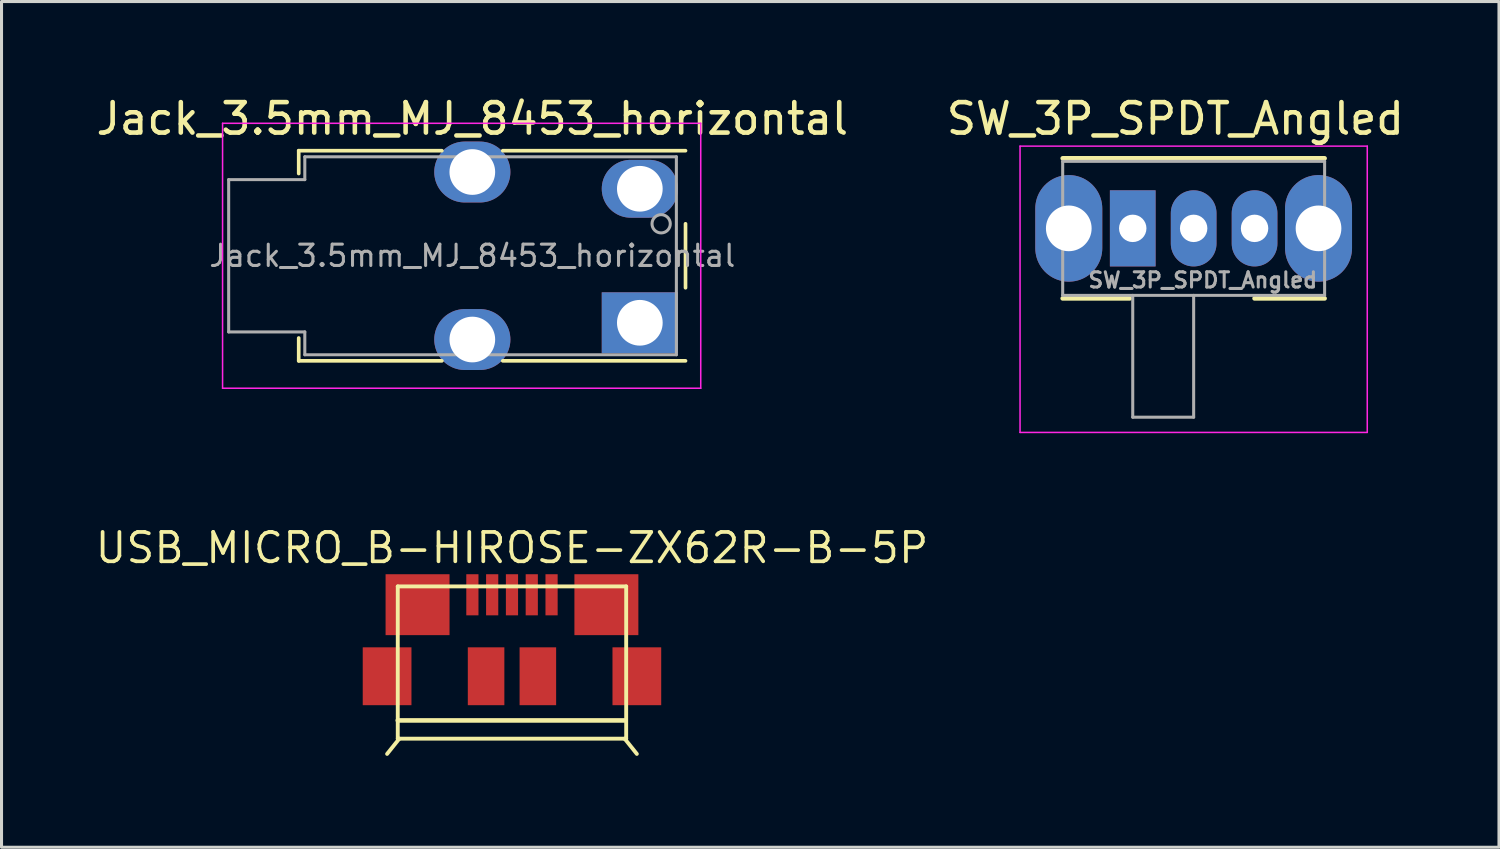
<source format=kicad_pcb>
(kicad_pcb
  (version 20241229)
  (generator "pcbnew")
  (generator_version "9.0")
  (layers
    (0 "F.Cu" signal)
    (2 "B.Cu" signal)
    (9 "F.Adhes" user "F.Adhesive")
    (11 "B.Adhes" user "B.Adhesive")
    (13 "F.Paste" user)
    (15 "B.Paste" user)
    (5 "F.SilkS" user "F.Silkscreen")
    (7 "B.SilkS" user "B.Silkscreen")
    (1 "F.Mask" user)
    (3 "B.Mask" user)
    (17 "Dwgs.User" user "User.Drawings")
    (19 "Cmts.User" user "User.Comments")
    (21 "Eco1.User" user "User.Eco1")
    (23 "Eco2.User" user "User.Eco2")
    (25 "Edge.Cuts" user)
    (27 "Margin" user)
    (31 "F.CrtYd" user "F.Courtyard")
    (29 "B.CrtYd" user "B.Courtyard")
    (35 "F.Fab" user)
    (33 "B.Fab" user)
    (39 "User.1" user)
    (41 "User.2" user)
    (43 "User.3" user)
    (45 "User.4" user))
  (footprint "USB_MICRO_B-HIROSE-ZX62R-B-5P"
    (layer "F.Cu")
    (at 13.76 20.604)
    (property "Reference" "USB_MICRO_B-HIROSE-ZX62R-B-5P" (at 0 -5.1 0) (layer "F.SilkS") (effects (font (size 0.965 0.965) (thickness 0.122)) (justify bottom)))
    (attr through_hole)
    (fp_line (start -3.75 -4.4) (end 3.75 -4.4) (stroke (width 0.127) (type solid)) (layer "F.SilkS"))
    (fp_line (start -3.75 0) (end 3.7 0) (stroke (width 0.15) (type solid)) (layer "F.SilkS"))
    (fp_line (start -3.75 0.6) (end -3.75 -4.4) (stroke (width 0.127) (type solid)) (layer "F.SilkS"))
    (fp_line (start -3.75 0.6) (end -3.7 0.6) (stroke (width 0.127) (type solid)) (layer "F.SilkS"))
    (fp_line (start -3.7 0.6) (end -4.1 1.1) (stroke (width 0.127) (type solid)) (layer "F.SilkS"))
    (fp_line (start -3.7 0.6) (end 3.7 0.6) (stroke (width 0.127) (type solid)) (layer "F.SilkS"))
    (fp_line (start 3.7 0.6) (end 3.75 0.6) (stroke (width 0.127) (type solid)) (layer "F.SilkS"))
    (fp_line (start 3.7 0.6) (end 4.1 1.1) (stroke (width 0.127) (type solid)) (layer "F.SilkS"))
    (fp_line (start 3.75 -4.4) (end 3.75 0.6) (stroke (width 0.127) (type solid)) (layer "F.SilkS"))
    (pad "1" smd rect (at 1.3 -4.125) (size 0.4 1.35) (layers "F.Cu" "F.Mask" "F.Paste"))
    (pad "2" smd rect (at 0.65 -4.125) (size 0.4 1.35) (layers "F.Cu" "F.Mask" "F.Paste"))
    (pad "3" smd rect (at 0 -4.125) (size 0.4 1.35) (layers "F.Cu" "F.Mask" "F.Paste"))
    (pad "4" smd rect (at -0.65 -4.125) (size 0.4 1.35) (layers "F.Cu" "F.Mask" "F.Paste"))
    (pad "5" smd rect (at -1.3 -4.125) (size 0.4 1.35) (layers "F.Cu" "F.Mask" "F.Paste"))
    (pad "6" smd rect (at -4.1 -1.45) (size 1.6 1.9) (layers "F.Cu" "F.Mask" "F.Paste"))
    (pad "6" smd rect (at -3.1 -3.8) (size 2.1 2) (layers "F.Cu" "F.Mask" "F.Paste"))
    (pad "6" smd rect (at -0.85 -1.45) (size 1.2 1.9) (layers "F.Cu" "F.Mask" "F.Paste"))
    (pad "6" smd rect (at 0.85 -1.45) (size 1.2 1.9) (layers "F.Cu" "F.Mask" "F.Paste"))
    (pad "6" smd rect (at 3.1 -3.8) (size 2.1 2) (layers "F.Cu" "F.Mask" "F.Paste"))
    (pad "6" smd rect (at 4.1 -1.45) (size 1.6 1.9) (layers "F.Cu" "F.Mask" "F.Paste")))
  (footprint "Jack_3.5mm_MJ_8453_horizontal"
    (layer "F.Cu")
    (at 12.458 5.348)
    (property "Reference" "Jack_3.5mm_MJ_8453_horizontal" (at 0 -4.5 0) (layer "F.SilkS") (effects (font (size 1 1) (thickness 0.15))))
    (attr through_hole)
    (fp_line (start -5.7 -3.45) (end -1 -3.45) (stroke (width 0.12) (type solid)) (layer "F.SilkS"))
    (fp_line (start -5.7 -2.7) (end -5.7 -3.45) (stroke (width 0.12) (type solid)) (layer "F.SilkS"))
    (fp_line (start -5.7 3.45) (end -5.7 2.7) (stroke (width 0.12) (type solid)) (layer "F.SilkS"))
    (fp_line (start -1 3.45) (end -5.7 3.45) (stroke (width 0.12) (type solid)) (layer "F.SilkS"))
    (fp_line (start 1 -3.45) (end 7 -3.45) (stroke (width 0.12) (type solid)) (layer "F.SilkS"))
    (fp_line (start 1 3.45) (end 7 3.45) (stroke (width 0.12) (type solid)) (layer "F.SilkS"))
    (fp_line (start 7 -1.05) (end 7 1.05) (stroke (width 0.12) (type solid)) (layer "F.SilkS"))
    (fp_line (start -8.2 -4.35) (end -8.2 4.35) (stroke (width 0.05) (type solid)) (layer "F.CrtYd"))
    (fp_line (start -8.2 4.35) (end 7.5 4.35) (stroke (width 0.05) (type solid)) (layer "F.CrtYd"))
    (fp_line (start 7.5 -4.35) (end -8.2 -4.35) (stroke (width 0.05) (type solid)) (layer "F.CrtYd"))
    (fp_line (start 7.5 4.35) (end 7.5 -4.35) (stroke (width 0.05) (type solid)) (layer "F.CrtYd"))
    (fp_line (start -8 -2.5) (end -5.5 -2.5) (stroke (width 0.1) (type solid)) (layer "F.Fab"))
    (fp_line (start -8 2.5) (end -8 -2.5) (stroke (width 0.1) (type solid)) (layer "F.Fab"))
    (fp_line (start -5.5 -3.25) (end 6.7 -3.25) (stroke (width 0.1) (type solid)) (layer "F.Fab"))
    (fp_line (start -5.5 -2.5) (end -5.5 -3.25) (stroke (width 0.1) (type solid)) (layer "F.Fab"))
    (fp_line (start -5.5 2.5) (end -8 2.5) (stroke (width 0.1) (type solid)) (layer "F.Fab"))
    (fp_line (start -5.5 3.25) (end -5.5 2.5) (stroke (width 0.1) (type solid)) (layer "F.Fab"))
    (fp_line (start 6.7 -3.25) (end 6.7 3.25) (stroke (width 0.1) (type solid)) (layer "F.Fab"))
    (fp_line (start 6.7 3.25) (end -5.5 3.25) (stroke (width 0.1) (type solid)) (layer "F.Fab"))
    (fp_circle (center 6.2 -1.05) (end 6.5 -1.05) (stroke (width 0.1) (type solid)) (fill no) (layer "F.Fab"))
    (fp_text user "${REFERENCE}" (at 0 0 0) (layer "F.Fab") (effects (font (size 0.7 0.7) (thickness 0.1))))
    (pad "G" thru_hole rect (at 5.5 2.2) (size 2.5 2) (drill 1.5) (layers "*.Cu" "*.Mask"))
    (pad "S" thru_hole oval (at 5.5 -2.2) (size 2.5 1.9) (drill 1.5) (layers "*.Cu" "*.Mask"))
    (pad "T" thru_hole oval (at 0 -2.75) (size 2.5 2) (drill 1.5) (layers "*.Cu" "*.Mask"))
    (pad "T" thru_hole oval (at 0 2.75) (size 2.5 2) (drill 1.5) (layers "*.Cu" "*.Mask")))
  (footprint "SW_3P_SPDT_Angled"
    (layer "F.Cu")
    (at 34.142 4.448)
    (property "Reference" "SW_3P_SPDT_Angled" (at 1.4 -3.6 0) (layer "F.SilkS") (effects (font (size 1 1) (thickness 0.15))))
    (attr through_hole)
    (fp_line (start -2.3 -2.3) (end 6.3 -2.3) (stroke (width 0.15) (type solid)) (layer "F.SilkS"))
    (fp_line (start -2.3 2.3) (end -0.1 2.3) (stroke (width 0.15) (type solid)) (layer "F.SilkS"))
    (fp_line (start 4 2.3) (end 6.3 2.3) (stroke (width 0.15) (type solid)) (layer "F.SilkS"))
    (fp_line (start -3.7 -2.7) (end 7.7 -2.7) (stroke (width 0.05) (type solid)) (layer "F.CrtYd"))
    (fp_line (start -3.7 6.7) (end -3.7 -2.7) (stroke (width 0.05) (type solid)) (layer "F.CrtYd"))
    (fp_line (start 7.7 -2.7) (end 7.7 6.7) (stroke (width 0.05) (type solid)) (layer "F.CrtYd"))
    (fp_line (start 7.7 6.7) (end -3.7 6.7) (stroke (width 0.05) (type solid)) (layer "F.CrtYd"))
    (fp_line (start -2.3 -2.2) (end -2.3 2.2) (stroke (width 0.1) (type solid)) (layer "F.Fab"))
    (fp_line (start -2.3 -2.2) (end 6.3 -2.2) (stroke (width 0.1) (type solid)) (layer "F.Fab"))
    (fp_line (start -2.3 2.2) (end 6.3 2.2) (stroke (width 0.1) (type solid)) (layer "F.Fab"))
    (fp_line (start 0 6.2) (end 0 2.2) (stroke (width 0.1) (type solid)) (layer "F.Fab"))
    (fp_line (start 2 2.2) (end 2 6.2) (stroke (width 0.1) (type solid)) (layer "F.Fab"))
    (fp_line (start 2 6.2) (end 0 6.2) (stroke (width 0.1) (type solid)) (layer "F.Fab"))
    (fp_line (start 6.3 2.2) (end 6.3 -2.2) (stroke (width 0.1) (type solid)) (layer "F.Fab"))
    (fp_text user "${REFERENCE}" (at 2.3 1.7 0) (layer "F.Fab") (effects (font (size 0.5 0.5) (thickness 0.1))))
    (pad "" thru_hole oval (at -2.1 0) (size 2.2 3.5) (drill 1.5) (layers "*.Cu" "*.Mask"))
    (pad "" thru_hole oval (at 6.1 0) (size 2.2 3.5) (drill 1.5) (layers "*.Cu" "*.Mask"))
    (pad "1" thru_hole rect (at 0 0) (size 1.5 2.5) (drill 0.9) (layers "*.Cu" "*.Mask"))
    (pad "2" thru_hole oval (at 2 0) (size 1.5 2.5) (drill 0.9) (layers "*.Cu" "*.Mask"))
    (pad "3" thru_hole oval (at 4 0) (size 1.5 2.5) (drill 0.9) (layers "*.Cu" "*.Mask")))
  (gr_rect
    (start -3 -3)
    (end 46.167 24.768)
    (stroke (width 0.1) (type default))
    (fill no)
    (layer "Edge.Cuts")))
</source>
